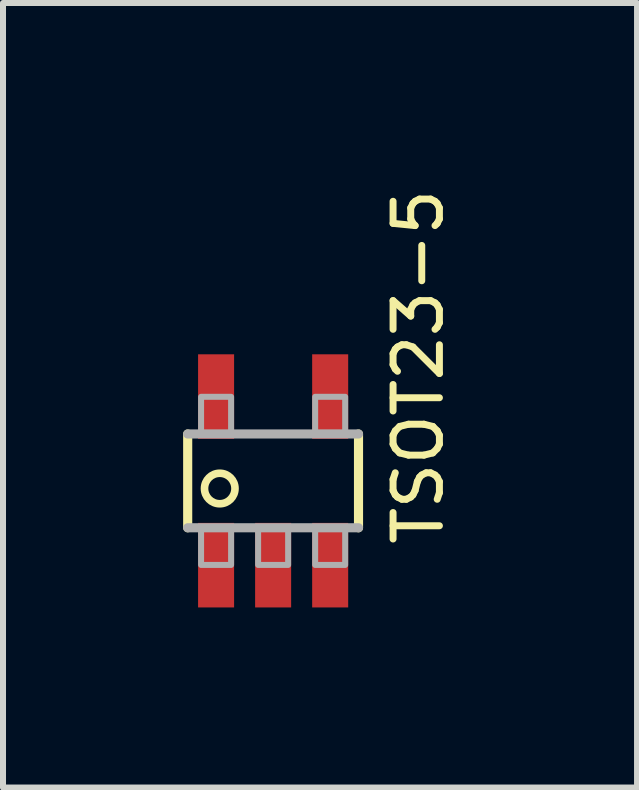
<source format=kicad_pcb>
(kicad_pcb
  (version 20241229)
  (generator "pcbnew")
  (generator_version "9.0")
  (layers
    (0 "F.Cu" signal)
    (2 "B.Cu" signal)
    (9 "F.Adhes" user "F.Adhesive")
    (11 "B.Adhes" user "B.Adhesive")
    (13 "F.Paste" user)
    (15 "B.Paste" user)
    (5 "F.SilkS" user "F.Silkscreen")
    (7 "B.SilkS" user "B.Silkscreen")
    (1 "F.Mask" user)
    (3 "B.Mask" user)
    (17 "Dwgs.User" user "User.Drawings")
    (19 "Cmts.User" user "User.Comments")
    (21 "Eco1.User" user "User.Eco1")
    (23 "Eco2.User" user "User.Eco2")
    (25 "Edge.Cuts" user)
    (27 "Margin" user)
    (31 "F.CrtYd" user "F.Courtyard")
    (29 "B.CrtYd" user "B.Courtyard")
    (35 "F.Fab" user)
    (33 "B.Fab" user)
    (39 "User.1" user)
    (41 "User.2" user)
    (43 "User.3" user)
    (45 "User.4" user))
  (footprint "TSOT23-5"
    (layer "F.Cu")
    (at 1.499 4.959)
    (property "Reference" "TSOT23-5" (at 2.87 1.118 270) (layer "F.SilkS") (effects (font (size 0.772 0.772) (thickness 0.116)) (justify left bottom)))
    (attr through_hole)
    (fp_line (start -1.423 0.781) (end -1.423 -0.781) (stroke (width 0.152) (type solid)) (layer "F.SilkS"))
    (fp_line (start 1.422 -0.781) (end 1.422 0.781) (stroke (width 0.152) (type solid)) (layer "F.SilkS"))
    (fp_circle (center -0.889 0.127) (end -0.635 0.127) (stroke (width 0.127) (type solid)) (fill no) (layer "F.SilkS"))
    (fp_line (start -1.423 -0.781) (end 1.422 -0.781) (stroke (width 0.152) (type solid)) (layer "F.Fab"))
    (fp_line (start 1.422 0.781) (end -1.423 0.781) (stroke (width 0.152) (type solid)) (layer "F.Fab"))
    (fp_poly (pts (xy -1.2 -0.8) (xy -0.7 -0.8) (xy -0.7 -1.4) (xy -1.2 -1.4)) (stroke (width 0.1) (type solid)) (fill no) (layer "F.Fab"))
    (fp_poly (pts (xy -1.2 1.4) (xy -0.7 1.4) (xy -0.7 0.8) (xy -1.2 0.8)) (stroke (width 0.1) (type solid)) (fill no) (layer "F.Fab"))
    (fp_poly (pts (xy -0.25 1.4) (xy 0.25 1.4) (xy 0.25 0.8) (xy -0.25 0.8)) (stroke (width 0.1) (type solid)) (fill no) (layer "F.Fab"))
    (fp_poly (pts (xy 0.7 -0.8) (xy 1.2 -0.8) (xy 1.2 -1.4) (xy 0.7 -1.4)) (stroke (width 0.1) (type solid)) (fill no) (layer "F.Fab"))
    (fp_poly (pts (xy 0.7 1.4) (xy 1.2 1.4) (xy 1.2 0.8) (xy 0.7 0.8)) (stroke (width 0.1) (type solid)) (fill no) (layer "F.Fab"))
    (pad "1" smd rect (at -0.95 1.404) (size 0.6 1.408) (layers "F.Cu" "F.Mask" "F.Paste"))
    (pad "2" smd rect (at 0 1.404) (size 0.6 1.408) (layers "F.Cu" "F.Mask" "F.Paste"))
    (pad "3" smd rect (at 0.95 1.404) (size 0.6 1.408) (layers "F.Cu" "F.Mask" "F.Paste"))
    (pad "4" smd rect (at 0.95 -1.404) (size 0.6 1.408) (layers "F.Cu" "F.Mask" "F.Paste"))
    (pad "5" smd rect (at -0.95 -1.404) (size 0.6 1.408) (layers "F.Cu" "F.Mask" "F.Paste")))
  (gr_rect
    (start -3 -3)
    (end 7.56 10.067)
    (stroke (width 0.1) (type default))
    (fill no)
    (layer "Edge.Cuts")))
</source>
